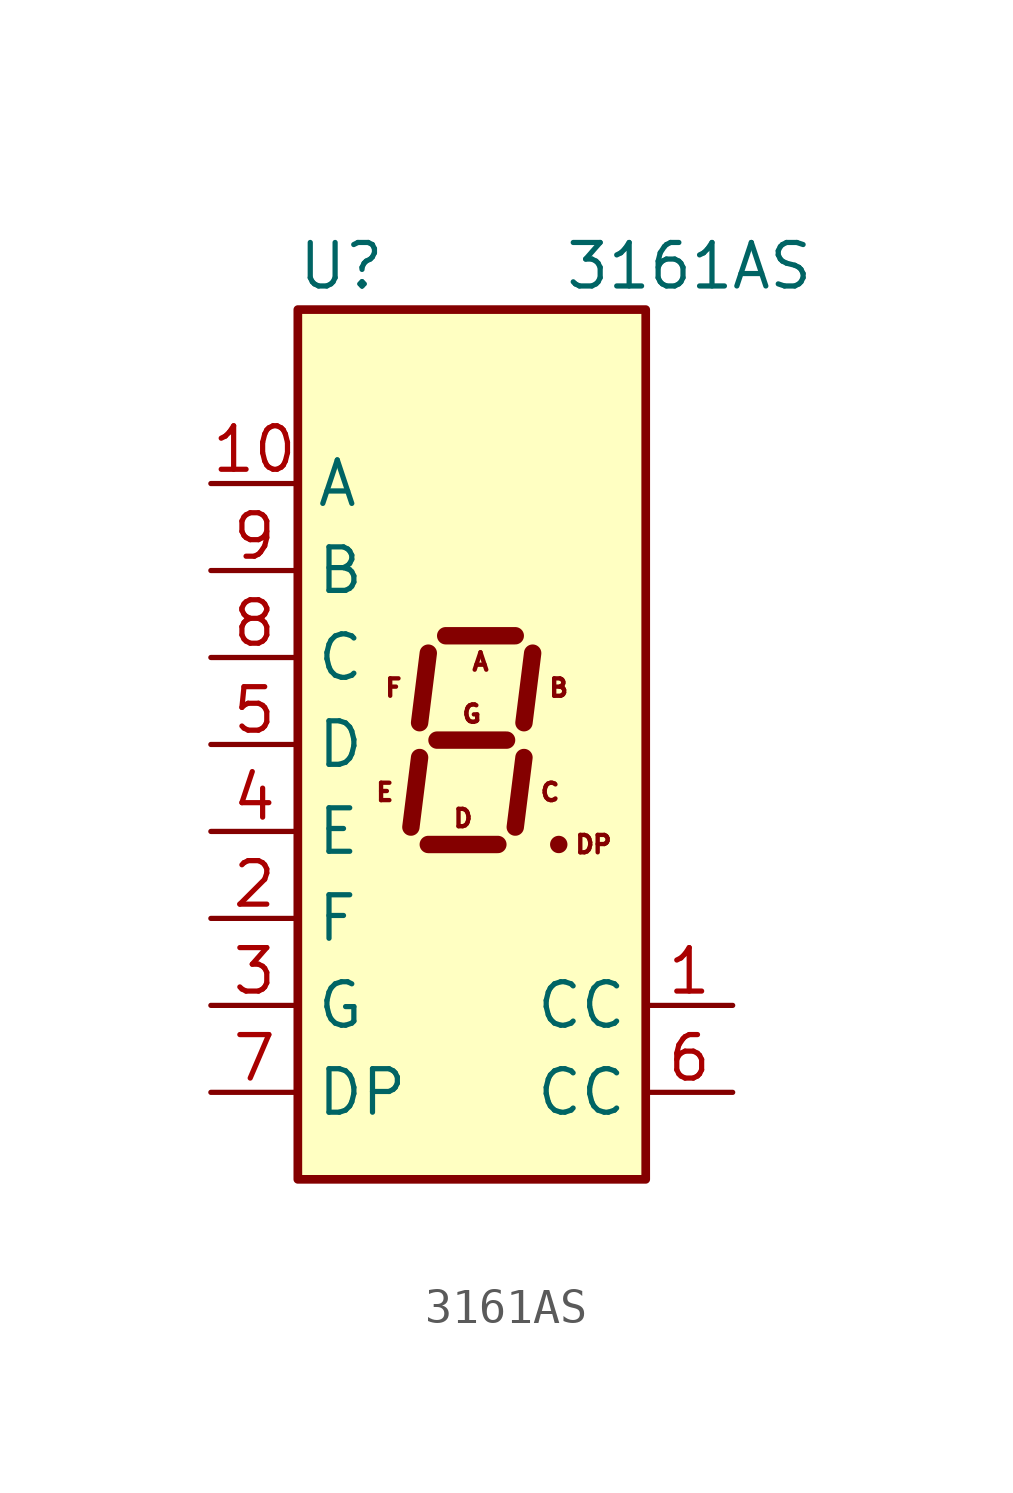
<source format=kicad_sym>
(kicad_symbol_lib
  (version 20231120)
  (generator "kicad_symbol_editor")
  (generator_version "8.0")
  (symbol "3161AS"
    (property "Reference" "U"
      (at -3.81 13.97 0)
      (effects (font (size 1.27 1.27))))
    (property "Value" "3161AS"
      (at 6.35 13.97 0)
      (effects (font (size 1.27 1.27))))
    (symbol "3161AS_1_0"
      (text "A" (at 0.254 2.413 0) (effects (font (size 0.508 0.508))))
      (text "B" (at 2.54 1.651 0) (effects (font (size 0.508 0.508))))
      (text "C" (at 2.286 -1.397 0) (effects (font (size 0.508 0.508))))
      (text "D" (at -0.254 -2.159 0) (effects (font (size 0.508 0.508))))
      (text "DP" (at 3.556 -2.921 0) (effects (font (size 0.508 0.508))))
      (text "E" (at -2.54 -1.397 0) (effects (font (size 0.508 0.508))))
      (text "F" (at -2.286 1.651 0) (effects (font (size 0.508 0.508))))
      (text "G" (at 0 0.889 0) (effects (font (size 0.508 0.508)))))
    (symbol "3161AS_1_1"
      (rectangle (start -5.08 12.7) (end 5.08 -12.7) (stroke (width 0.254) (type default)) (fill (type background)))
      (polyline (pts (xy -1.524 -0.381) (xy -1.778 -2.413)) (stroke (width 0.508) (type default)) (fill (type none)))
      (polyline (pts (xy -1.27 -2.921) (xy 0.762 -2.921)) (stroke (width 0.508) (type default)) (fill (type none)))
      (polyline (pts (xy -1.27 2.667) (xy -1.524 0.635)) (stroke (width 0.508) (type default)) (fill (type none)))
      (polyline (pts (xy -1.016 0.127) (xy 1.016 0.127)) (stroke (width 0.508) (type default)) (fill (type none)))
      (polyline (pts (xy -0.762 3.175) (xy 1.27 3.175)) (stroke (width 0.508) (type default)) (fill (type none)))
      (polyline (pts (xy 1.524 -0.381) (xy 1.27 -2.413)) (stroke (width 0.508) (type default)) (fill (type none)))
      (polyline (pts (xy 1.778 2.667) (xy 1.524 0.635)) (stroke (width 0.508) (type default)) (fill (type none)))
      (polyline (pts (xy 2.54 -2.921) (xy 2.54 -2.921)) (stroke (width 0.508) (type default)) (fill (type none)))
      (pin input line (at 7.62 -7.62 180) (length 2.54) (name "CC" (effects (font (size 1.27 1.27)))) (number "1" (effects (font (size 1.27 1.27)))))
      (pin input line (at -7.62 7.62 0) (length 2.54) (name "A" (effects (font (size 1.27 1.27)))) (number "10" (effects (font (size 1.27 1.27)))))
      (pin input line (at -7.62 -5.08 0) (length 2.54) (name "F" (effects (font (size 1.27 1.27)))) (number "2" (effects (font (size 1.27 1.27)))))
      (pin input line (at -7.62 -7.62 0) (length 2.54) (name "G" (effects (font (size 1.27 1.27)))) (number "3" (effects (font (size 1.27 1.27)))))
      (pin input line (at -7.62 -2.54 0) (length 2.54) (name "E" (effects (font (size 1.27 1.27)))) (number "4" (effects (font (size 1.27 1.27)))))
      (pin input line (at -7.62 0 0) (length 2.54) (name "D" (effects (font (size 1.27 1.27)))) (number "5" (effects (font (size 1.27 1.27)))))
      (pin input line (at 7.62 -10.16 180) (length 2.54) (name "CC" (effects (font (size 1.27 1.27)))) (number "6" (effects (font (size 1.27 1.27)))))
      (pin input line (at -7.62 -10.16 0) (length 2.54) (name "DP" (effects (font (size 1.27 1.27)))) (number "7" (effects (font (size 1.27 1.27)))))
      (pin input line (at -7.62 2.54 0) (length 2.54) (name "C" (effects (font (size 1.27 1.27)))) (number "8" (effects (font (size 1.27 1.27)))))
      (pin input line (at -7.62 5.08 0) (length 2.54) (name "B" (effects (font (size 1.27 1.27)))) (number "9" (effects (font (size 1.27 1.27))))))))
</source>
